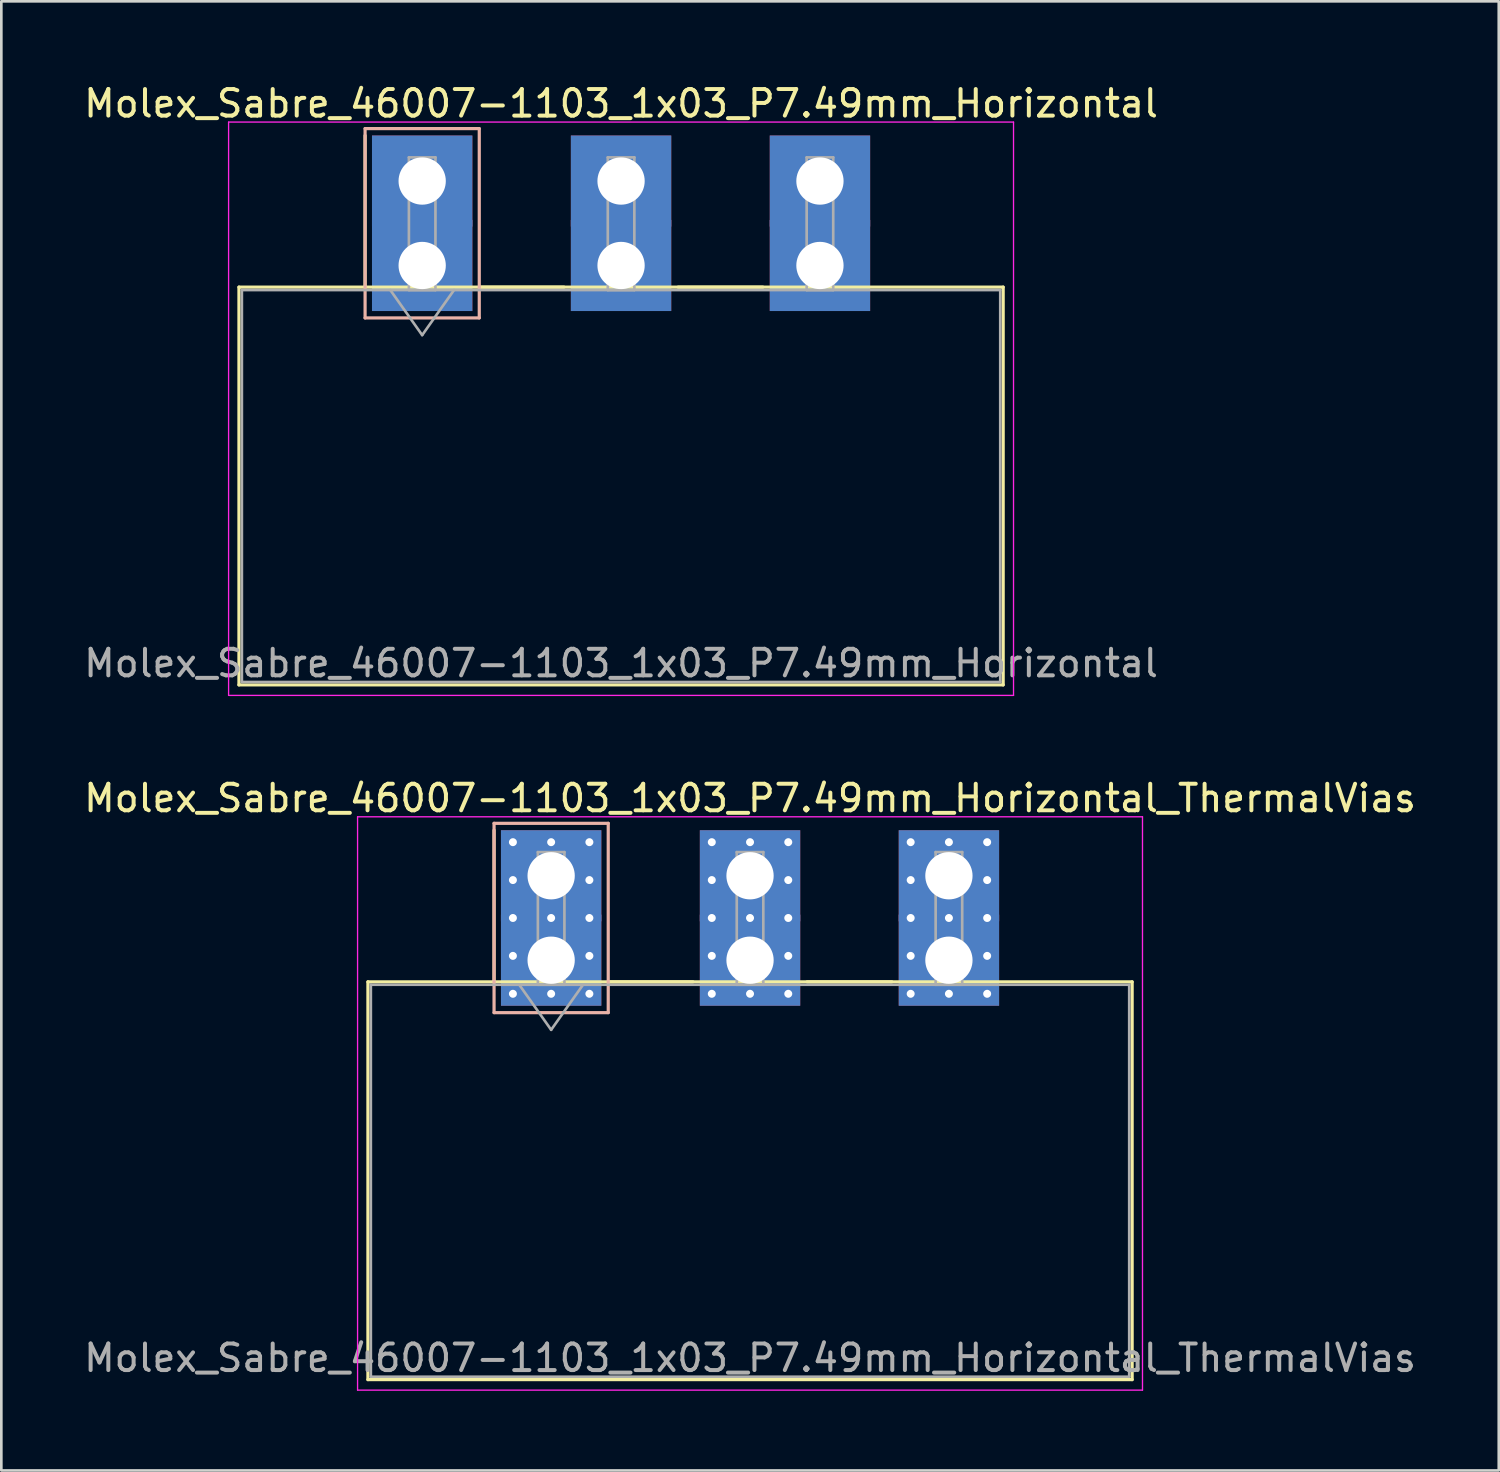
<source format=kicad_pcb>
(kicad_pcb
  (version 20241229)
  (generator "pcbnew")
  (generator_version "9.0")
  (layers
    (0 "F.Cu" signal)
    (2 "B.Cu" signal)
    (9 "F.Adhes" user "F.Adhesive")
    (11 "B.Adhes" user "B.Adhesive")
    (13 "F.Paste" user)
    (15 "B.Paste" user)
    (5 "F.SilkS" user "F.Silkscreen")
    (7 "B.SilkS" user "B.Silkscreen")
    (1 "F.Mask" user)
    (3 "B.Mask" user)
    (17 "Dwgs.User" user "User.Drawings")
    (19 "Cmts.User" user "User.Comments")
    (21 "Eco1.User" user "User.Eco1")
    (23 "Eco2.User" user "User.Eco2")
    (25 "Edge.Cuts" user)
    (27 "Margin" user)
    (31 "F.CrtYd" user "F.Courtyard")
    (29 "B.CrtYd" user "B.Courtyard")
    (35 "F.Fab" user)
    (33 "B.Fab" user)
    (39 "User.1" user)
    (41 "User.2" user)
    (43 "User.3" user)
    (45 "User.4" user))
  (footprint "Molex_Sabre_46007-1103_1x03_P7.49mm_Horizontal"
    (layer "F.Cu")
    (at 12.849 6.948)
    (property "Reference" "Molex_Sabre_46007-1103_1x03_P7.49mm_Horizontal" (at 7.49 -6.1 0) (layer "F.SilkS") (effects (font (size 1 1) (thickness 0.15))))
    (attr through_hole)
    (fp_line (start -6.9 0.815) (end -6.9 15.795) (stroke (width 0.12) (type solid)) (layer "F.SilkS"))
    (fp_line (start -6.9 15.795) (end 21.88 15.795) (stroke (width 0.12) (type solid)) (layer "F.SilkS"))
    (fp_line (start -2.15 0.815) (end -2.15 -4.895) (stroke (width 0.12) (type solid)) (layer "F.SilkS"))
    (fp_line (start 2.15 0.815) (end 5.34 0.815) (stroke (width 0.12) (type solid)) (layer "F.SilkS"))
    (fp_line (start 9.64 0.815) (end 12.83 0.815) (stroke (width 0.12) (type solid)) (layer "F.SilkS"))
    (fp_line (start 21.88 0.815) (end -6.9 0.815) (stroke (width 0.12) (type solid)) (layer "F.SilkS"))
    (fp_line (start 21.88 15.795) (end 21.88 0.815) (stroke (width 0.12) (type solid)) (layer "F.SilkS"))
    (fp_line (start -2.15 -5.155) (end -2.15 1.975) (stroke (width 0.12) (type solid)) (layer "B.SilkS"))
    (fp_line (start -2.15 1.975) (end 2.15 1.975) (stroke (width 0.12) (type solid)) (layer "B.SilkS"))
    (fp_line (start 2.15 -5.155) (end -2.15 -5.155) (stroke (width 0.12) (type solid)) (layer "B.SilkS"))
    (fp_line (start 2.15 1.975) (end 2.15 -5.155) (stroke (width 0.12) (type solid)) (layer "B.SilkS"))
    (fp_line (start -7.29 -5.4) (end -7.29 16.19) (stroke (width 0.05) (type solid)) (layer "F.CrtYd"))
    (fp_line (start -7.29 16.19) (end 22.27 16.19) (stroke (width 0.05) (type solid)) (layer "F.CrtYd"))
    (fp_line (start 22.27 -5.4) (end -7.29 -5.4) (stroke (width 0.05) (type solid)) (layer "F.CrtYd"))
    (fp_line (start 22.27 16.19) (end 22.27 -5.4) (stroke (width 0.05) (type solid)) (layer "F.CrtYd"))
    (fp_line (start -6.79 0.925) (end -6.79 15.685) (stroke (width 0.1) (type solid)) (layer "F.Fab"))
    (fp_line (start -6.79 15.685) (end 21.77 15.685) (stroke (width 0.1) (type solid)) (layer "F.Fab"))
    (fp_line (start -1.2 0.925) (end 0 2.622) (stroke (width 0.1) (type solid)) (layer "F.Fab"))
    (fp_line (start -0.5 -4.07) (end 0.5 -4.07) (stroke (width 0.1) (type solid)) (layer "F.Fab"))
    (fp_line (start -0.5 0.925) (end -0.5 -4.07) (stroke (width 0.1) (type solid)) (layer "F.Fab"))
    (fp_line (start 0 2.622) (end 1.2 0.925) (stroke (width 0.1) (type solid)) (layer "F.Fab"))
    (fp_line (start 0.5 -4.07) (end 0.5 0.925) (stroke (width 0.1) (type solid)) (layer "F.Fab"))
    (fp_line (start 0.5 0.925) (end -0.5 0.925) (stroke (width 0.1) (type solid)) (layer "F.Fab"))
    (fp_line (start 6.99 -4.07) (end 7.99 -4.07) (stroke (width 0.1) (type solid)) (layer "F.Fab"))
    (fp_line (start 6.99 0.925) (end 6.99 -4.07) (stroke (width 0.1) (type solid)) (layer "F.Fab"))
    (fp_line (start 7.99 -4.07) (end 7.99 0.925) (stroke (width 0.1) (type solid)) (layer "F.Fab"))
    (fp_line (start 7.99 0.925) (end 6.99 0.925) (stroke (width 0.1) (type solid)) (layer "F.Fab"))
    (fp_line (start 14.48 -4.07) (end 15.48 -4.07) (stroke (width 0.1) (type solid)) (layer "F.Fab"))
    (fp_line (start 14.48 0.925) (end 14.48 -4.07) (stroke (width 0.1) (type solid)) (layer "F.Fab"))
    (fp_line (start 15.48 -4.07) (end 15.48 0.925) (stroke (width 0.1) (type solid)) (layer "F.Fab"))
    (fp_line (start 15.48 0.925) (end 14.48 0.925) (stroke (width 0.1) (type solid)) (layer "F.Fab"))
    (fp_line (start 21.77 0.925) (end -6.79 0.925) (stroke (width 0.1) (type solid)) (layer "F.Fab"))
    (fp_line (start 21.77 15.685) (end 21.77 0.925) (stroke (width 0.1) (type solid)) (layer "F.Fab"))
    (fp_text user "${REFERENCE}" (at 7.49 14.98 0) (layer "F.Fab") (effects (font (size 1 1) (thickness 0.15))))
    (pad "1" thru_hole rect (at 0 -3.18) (size 3.78 3.43) (drill 1.78) (layers "*.Cu" "*.Mask"))
    (pad "1" thru_hole rect (at 0 0) (size 3.78 3.43) (drill 1.78) (layers "*.Cu" "*.Mask"))
    (pad "2" thru_hole rect (at 7.49 -3.18) (size 3.78 3.43) (drill 1.78) (layers "*.Cu" "*.Mask"))
    (pad "2" thru_hole rect (at 7.49 0) (size 3.78 3.43) (drill 1.78) (layers "*.Cu" "*.Mask"))
    (pad "3" thru_hole rect (at 14.98 -3.18) (size 3.78 3.43) (drill 1.78) (layers "*.Cu" "*.Mask"))
    (pad "3" thru_hole rect (at 14.98 0) (size 3.78 3.43) (drill 1.78) (layers "*.Cu" "*.Mask")))
  (footprint "Molex_Sabre_46007-1103_1x03_P7.49mm_Horizontal_ThermalVias"
    (layer "F.Cu")
    (at 17.706 33.111)
    (property "Reference" "Molex_Sabre_46007-1103_1x03_P7.49mm_Horizontal_ThermalVias" (at 7.49 -6.1 0) (layer "F.SilkS") (effects (font (size 1 1) (thickness 0.15))))
    (attr through_hole)
    (fp_line (start -6.9 0.815) (end -6.9 15.795) (stroke (width 0.12) (type solid)) (layer "F.SilkS"))
    (fp_line (start -6.9 15.795) (end 21.88 15.795) (stroke (width 0.12) (type solid)) (layer "F.SilkS"))
    (fp_line (start -2.15 0.815) (end -2.15 -4.895) (stroke (width 0.12) (type solid)) (layer "F.SilkS"))
    (fp_line (start 2.15 0.815) (end 5.34 0.815) (stroke (width 0.12) (type solid)) (layer "F.SilkS"))
    (fp_line (start 9.64 0.815) (end 12.83 0.815) (stroke (width 0.12) (type solid)) (layer "F.SilkS"))
    (fp_line (start 21.88 0.815) (end -6.9 0.815) (stroke (width 0.12) (type solid)) (layer "F.SilkS"))
    (fp_line (start 21.88 15.795) (end 21.88 0.815) (stroke (width 0.12) (type solid)) (layer "F.SilkS"))
    (fp_line (start -2.15 -5.155) (end -2.15 1.975) (stroke (width 0.12) (type solid)) (layer "B.SilkS"))
    (fp_line (start -2.15 1.975) (end 2.15 1.975) (stroke (width 0.12) (type solid)) (layer "B.SilkS"))
    (fp_line (start 2.15 -5.155) (end -2.15 -5.155) (stroke (width 0.12) (type solid)) (layer "B.SilkS"))
    (fp_line (start 2.15 1.975) (end 2.15 -5.155) (stroke (width 0.12) (type solid)) (layer "B.SilkS"))
    (fp_line (start -7.29 -5.4) (end -7.29 16.19) (stroke (width 0.05) (type solid)) (layer "F.CrtYd"))
    (fp_line (start -7.29 16.19) (end 22.27 16.19) (stroke (width 0.05) (type solid)) (layer "F.CrtYd"))
    (fp_line (start 22.27 -5.4) (end -7.29 -5.4) (stroke (width 0.05) (type solid)) (layer "F.CrtYd"))
    (fp_line (start 22.27 16.19) (end 22.27 -5.4) (stroke (width 0.05) (type solid)) (layer "F.CrtYd"))
    (fp_line (start -6.79 0.925) (end -6.79 15.685) (stroke (width 0.1) (type solid)) (layer "F.Fab"))
    (fp_line (start -6.79 15.685) (end 21.77 15.685) (stroke (width 0.1) (type solid)) (layer "F.Fab"))
    (fp_line (start -1.2 0.925) (end 0 2.622) (stroke (width 0.1) (type solid)) (layer "F.Fab"))
    (fp_line (start -0.5 -4.07) (end 0.5 -4.07) (stroke (width 0.1) (type solid)) (layer "F.Fab"))
    (fp_line (start -0.5 0.925) (end -0.5 -4.07) (stroke (width 0.1) (type solid)) (layer "F.Fab"))
    (fp_line (start 0 2.622) (end 1.2 0.925) (stroke (width 0.1) (type solid)) (layer "F.Fab"))
    (fp_line (start 0.5 -4.07) (end 0.5 0.925) (stroke (width 0.1) (type solid)) (layer "F.Fab"))
    (fp_line (start 0.5 0.925) (end -0.5 0.925) (stroke (width 0.1) (type solid)) (layer "F.Fab"))
    (fp_line (start 6.99 -4.07) (end 7.99 -4.07) (stroke (width 0.1) (type solid)) (layer "F.Fab"))
    (fp_line (start 6.99 0.925) (end 6.99 -4.07) (stroke (width 0.1) (type solid)) (layer "F.Fab"))
    (fp_line (start 7.99 -4.07) (end 7.99 0.925) (stroke (width 0.1) (type solid)) (layer "F.Fab"))
    (fp_line (start 7.99 0.925) (end 6.99 0.925) (stroke (width 0.1) (type solid)) (layer "F.Fab"))
    (fp_line (start 14.48 -4.07) (end 15.48 -4.07) (stroke (width 0.1) (type solid)) (layer "F.Fab"))
    (fp_line (start 14.48 0.925) (end 14.48 -4.07) (stroke (width 0.1) (type solid)) (layer "F.Fab"))
    (fp_line (start 15.48 -4.07) (end 15.48 0.925) (stroke (width 0.1) (type solid)) (layer "F.Fab"))
    (fp_line (start 15.48 0.925) (end 14.48 0.925) (stroke (width 0.1) (type solid)) (layer "F.Fab"))
    (fp_line (start 21.77 0.925) (end -6.79 0.925) (stroke (width 0.1) (type solid)) (layer "F.Fab"))
    (fp_line (start 21.77 15.685) (end 21.77 0.925) (stroke (width 0.1) (type solid)) (layer "F.Fab"))
    (fp_text user "${REFERENCE}" (at 7.49 14.98 0) (layer "F.Fab") (effects (font (size 1 1) (thickness 0.15))))
    (pad "1" thru_hole rect (at -1.44 -4.445) (size 0.6 0.6) (drill 0.3) (layers "*.Cu" "*.Mask"))
    (pad "1" thru_hole rect (at -1.44 -3.018) (size 0.6 0.6) (drill 0.3) (layers "*.Cu" "*.Mask"))
    (pad "1" thru_hole rect (at -1.44 -1.59) (size 0.6 0.6) (drill 0.3) (layers "*.Cu" "*.Mask"))
    (pad "1" thru_hole rect (at -1.44 -0.163) (size 0.6 0.6) (drill 0.3) (layers "*.Cu" "*.Mask"))
    (pad "1" thru_hole rect (at -1.44 1.265) (size 0.6 0.6) (drill 0.3) (layers "*.Cu" "*.Mask"))
    (pad "1" thru_hole rect (at 0 -4.445) (size 0.6 0.6) (drill 0.3) (layers "*.Cu" "*.Mask"))
    (pad "1" thru_hole rect (at 0 -3.18) (size 3.78 3.43) (drill 1.78) (layers "*.Cu" "*.Mask"))
    (pad "1" thru_hole rect (at 0 -1.59) (size 0.6 0.6) (drill 0.3) (layers "*.Cu" "*.Mask"))
    (pad "1" thru_hole rect (at 0 0) (size 3.78 3.43) (drill 1.78) (layers "*.Cu" "*.Mask"))
    (pad "1" thru_hole rect (at 0 1.265) (size 0.6 0.6) (drill 0.3) (layers "*.Cu" "*.Mask"))
    (pad "1" thru_hole rect (at 1.44 -4.445) (size 0.6 0.6) (drill 0.3) (layers "*.Cu" "*.Mask"))
    (pad "1" thru_hole rect (at 1.44 -3.018) (size 0.6 0.6) (drill 0.3) (layers "*.Cu" "*.Mask"))
    (pad "1" thru_hole rect (at 1.44 -1.59) (size 0.6 0.6) (drill 0.3) (layers "*.Cu" "*.Mask"))
    (pad "1" thru_hole rect (at 1.44 -0.163) (size 0.6 0.6) (drill 0.3) (layers "*.Cu" "*.Mask"))
    (pad "1" thru_hole rect (at 1.44 1.265) (size 0.6 0.6) (drill 0.3) (layers "*.Cu" "*.Mask"))
    (pad "2" thru_hole circle (at 6.05 -4.445) (size 0.6 0.6) (drill 0.3) (layers "*.Cu" "*.Mask"))
    (pad "2" thru_hole circle (at 6.05 -3.018) (size 0.6 0.6) (drill 0.3) (layers "*.Cu" "*.Mask"))
    (pad "2" thru_hole circle (at 6.05 -1.59) (size 0.6 0.6) (drill 0.3) (layers "*.Cu" "*.Mask"))
    (pad "2" thru_hole circle (at 6.05 -0.163) (size 0.6 0.6) (drill 0.3) (layers "*.Cu" "*.Mask"))
    (pad "2" thru_hole circle (at 6.05 1.265) (size 0.6 0.6) (drill 0.3) (layers "*.Cu" "*.Mask"))
    (pad "2" thru_hole circle (at 7.49 -4.445) (size 0.6 0.6) (drill 0.3) (layers "*.Cu" "*.Mask"))
    (pad "2" thru_hole rect (at 7.49 -3.18) (size 3.78 3.43) (drill 1.78) (layers "*.Cu" "*.Mask"))
    (pad "2" thru_hole circle (at 7.49 -1.59) (size 0.6 0.6) (drill 0.3) (layers "*.Cu" "*.Mask"))
    (pad "2" thru_hole rect (at 7.49 0) (size 3.78 3.43) (drill 1.78) (layers "*.Cu" "*.Mask"))
    (pad "2" thru_hole circle (at 7.49 1.265) (size 0.6 0.6) (drill 0.3) (layers "*.Cu" "*.Mask"))
    (pad "2" thru_hole circle (at 8.93 -4.445) (size 0.6 0.6) (drill 0.3) (layers "*.Cu" "*.Mask"))
    (pad "2" thru_hole circle (at 8.93 -3.018) (size 0.6 0.6) (drill 0.3) (layers "*.Cu" "*.Mask"))
    (pad "2" thru_hole circle (at 8.93 -1.59) (size 0.6 0.6) (drill 0.3) (layers "*.Cu" "*.Mask"))
    (pad "2" thru_hole circle (at 8.93 -0.163) (size 0.6 0.6) (drill 0.3) (layers "*.Cu" "*.Mask"))
    (pad "2" thru_hole circle (at 8.93 1.265) (size 0.6 0.6) (drill 0.3) (layers "*.Cu" "*.Mask"))
    (pad "3" thru_hole circle (at 13.54 -4.445) (size 0.6 0.6) (drill 0.3) (layers "*.Cu" "*.Mask"))
    (pad "3" thru_hole circle (at 13.54 -3.018) (size 0.6 0.6) (drill 0.3) (layers "*.Cu" "*.Mask"))
    (pad "3" thru_hole circle (at 13.54 -1.59) (size 0.6 0.6) (drill 0.3) (layers "*.Cu" "*.Mask"))
    (pad "3" thru_hole circle (at 13.54 -0.163) (size 0.6 0.6) (drill 0.3) (layers "*.Cu" "*.Mask"))
    (pad "3" thru_hole circle (at 13.54 1.265) (size 0.6 0.6) (drill 0.3) (layers "*.Cu" "*.Mask"))
    (pad "3" thru_hole circle (at 14.98 -4.445) (size 0.6 0.6) (drill 0.3) (layers "*.Cu" "*.Mask"))
    (pad "3" thru_hole rect (at 14.98 -3.18) (size 3.78 3.43) (drill 1.78) (layers "*.Cu" "*.Mask"))
    (pad "3" thru_hole circle (at 14.98 -1.59) (size 0.6 0.6) (drill 0.3) (layers "*.Cu" "*.Mask"))
    (pad "3" thru_hole rect (at 14.98 0) (size 3.78 3.43) (drill 1.78) (layers "*.Cu" "*.Mask"))
    (pad "3" thru_hole circle (at 14.98 1.265) (size 0.6 0.6) (drill 0.3) (layers "*.Cu" "*.Mask"))
    (pad "3" thru_hole circle (at 16.42 -4.445) (size 0.6 0.6) (drill 0.3) (layers "*.Cu" "*.Mask"))
    (pad "3" thru_hole circle (at 16.42 -3.018) (size 0.6 0.6) (drill 0.3) (layers "*.Cu" "*.Mask"))
    (pad "3" thru_hole circle (at 16.42 -1.59) (size 0.6 0.6) (drill 0.3) (layers "*.Cu" "*.Mask"))
    (pad "3" thru_hole circle (at 16.42 -0.163) (size 0.6 0.6) (drill 0.3) (layers "*.Cu" "*.Mask"))
    (pad "3" thru_hole circle (at 16.42 1.265) (size 0.6 0.6) (drill 0.3) (layers "*.Cu" "*.Mask")))
  (gr_rect
    (start -3 -3)
    (end 53.393 52.327)
    (stroke (width 0.1) (type default))
    (fill no)
    (layer "Edge.Cuts")))
</source>
